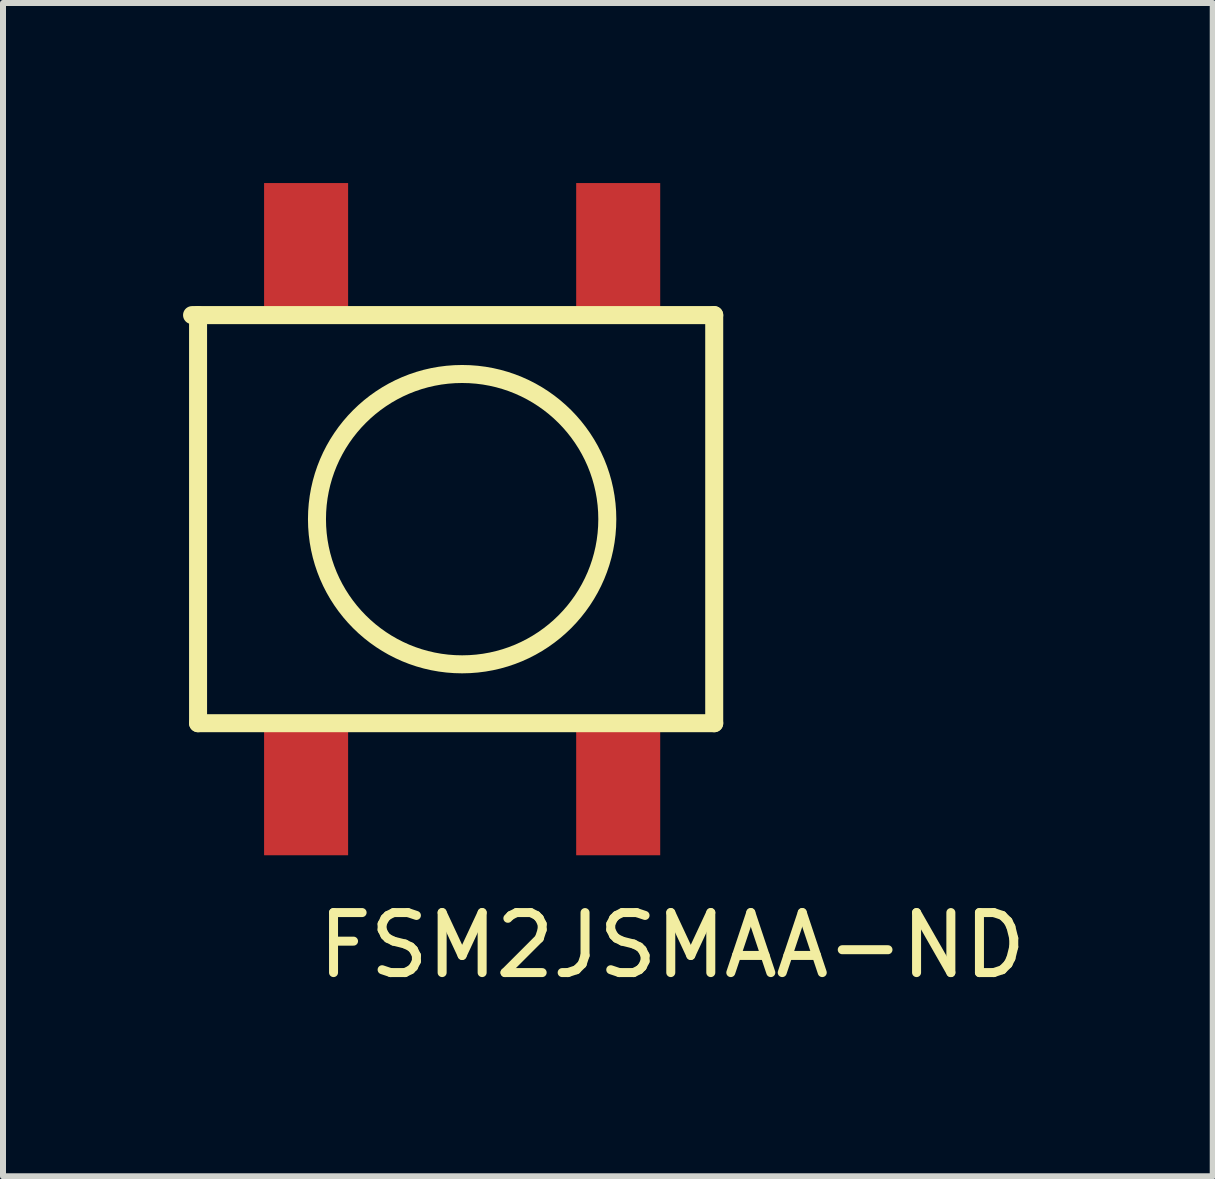
<source format=kicad_pcb>
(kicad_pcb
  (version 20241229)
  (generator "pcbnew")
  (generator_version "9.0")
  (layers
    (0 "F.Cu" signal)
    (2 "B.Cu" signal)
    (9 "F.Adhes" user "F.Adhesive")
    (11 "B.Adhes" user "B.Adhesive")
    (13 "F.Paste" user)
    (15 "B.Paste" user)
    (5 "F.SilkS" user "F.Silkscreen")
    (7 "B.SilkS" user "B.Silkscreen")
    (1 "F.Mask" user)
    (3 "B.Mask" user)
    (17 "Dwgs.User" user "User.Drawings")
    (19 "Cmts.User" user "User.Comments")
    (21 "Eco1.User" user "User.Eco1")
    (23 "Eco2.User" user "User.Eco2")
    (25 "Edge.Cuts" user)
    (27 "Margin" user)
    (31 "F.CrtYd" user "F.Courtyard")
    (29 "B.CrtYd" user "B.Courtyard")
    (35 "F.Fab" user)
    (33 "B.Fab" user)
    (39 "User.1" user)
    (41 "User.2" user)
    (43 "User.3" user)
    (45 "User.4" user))
  (footprint "FSM2JSMAA-ND"
    (layer "F.Cu")
    (at 4.65 5.6)
    (property "Reference" "FSM2JSMAA-ND" (at 3.5 7.1 0) (layer "F.SilkS") (effects (font (size 1 1) (thickness 0.15))))
    (attr through_hole)
    (fp_line (start -4.4 -3.4) (end -4.4 3.4) (stroke (width 0.3) (type solid)) (layer "F.SilkS"))
    (fp_line (start -4.4 3.4) (end 4.2 3.4) (stroke (width 0.3) (type solid)) (layer "F.SilkS"))
    (fp_line (start 4.2 -3.4) (end -4.5 -3.4) (stroke (width 0.3) (type solid)) (layer "F.SilkS"))
    (fp_line (start 4.2 3.4) (end 4.2 -3.4) (stroke (width 0.3) (type solid)) (layer "F.SilkS"))
    (fp_circle (center 0 0) (end 2.1 -1.2) (stroke (width 0.3) (type solid)) (fill no) (layer "F.SilkS"))
    (pad "1" smd rect (at 2.6 -4.55) (size 1.4 2.1) (layers "F.Cu" "F.Mask" "F.Paste"))
    (pad "1" smd rect (at 2.6 4.55) (size 1.4 2.1) (layers "F.Cu" "F.Mask" "F.Paste"))
    (pad "2" smd rect (at -2.6 -4.55) (size 1.4 2.1) (layers "F.Cu" "F.Mask" "F.Paste"))
    (pad "2" smd rect (at -2.6 4.55) (size 1.4 2.1) (layers "F.Cu" "F.Mask" "F.Paste")))
  (gr_rect
    (start -3 -3)
    (end 17.156 16.548)
    (stroke (width 0.1) (type default))
    (fill no)
    (layer "Edge.Cuts")))
</source>
